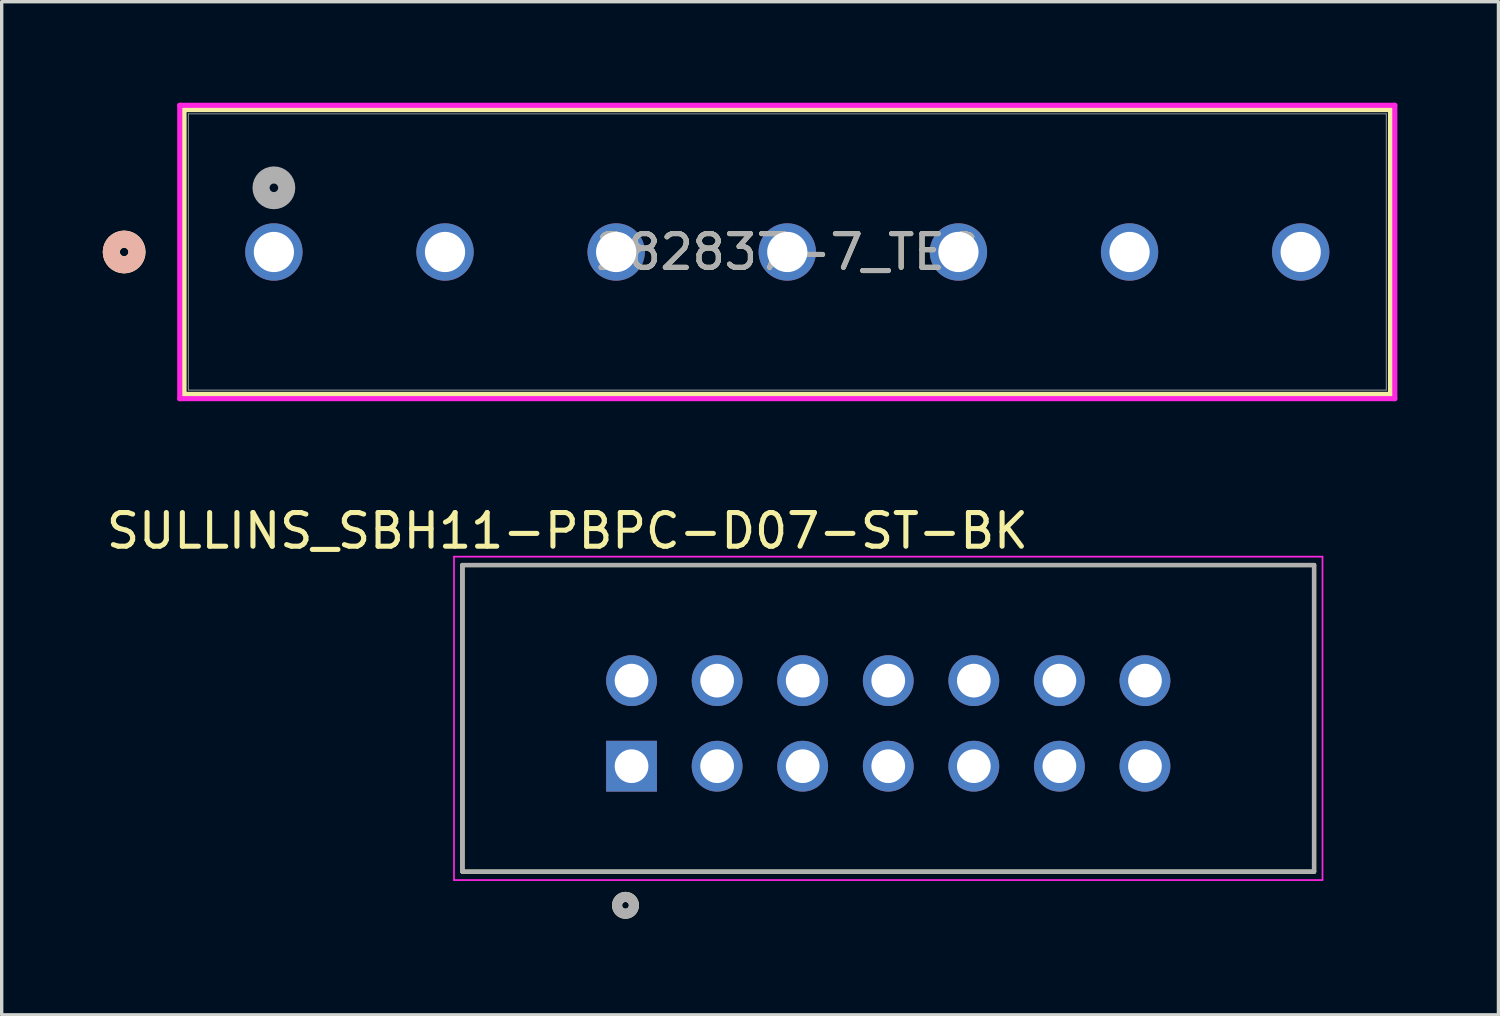
<source format=kicad_pcb>
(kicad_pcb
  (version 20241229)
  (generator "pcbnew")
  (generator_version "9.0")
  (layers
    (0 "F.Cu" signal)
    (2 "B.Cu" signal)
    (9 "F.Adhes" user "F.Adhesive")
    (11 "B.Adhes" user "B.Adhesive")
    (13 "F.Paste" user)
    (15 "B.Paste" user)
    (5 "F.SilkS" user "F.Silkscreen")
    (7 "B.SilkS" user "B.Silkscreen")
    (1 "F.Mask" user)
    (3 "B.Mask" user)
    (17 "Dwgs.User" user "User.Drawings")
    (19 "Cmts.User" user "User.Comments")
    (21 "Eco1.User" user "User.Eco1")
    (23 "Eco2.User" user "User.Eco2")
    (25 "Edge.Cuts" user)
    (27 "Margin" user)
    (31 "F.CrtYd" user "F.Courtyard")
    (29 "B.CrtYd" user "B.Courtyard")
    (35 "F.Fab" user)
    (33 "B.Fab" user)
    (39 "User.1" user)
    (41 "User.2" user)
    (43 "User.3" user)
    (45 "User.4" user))
  (footprint "SULLINS_SBH11-PBPC-D07-ST-BK"
    (layer "F.Cu")
    (at 23.317 18.424)
    (property "Reference" "SULLINS_SBH11-PBPC-D07-ST-BK" (at -9.525 -5.715 0) (layer "F.SilkS") (effects (font (size 1 1) (thickness 0.15))))
    (attr through_hole)
    (fp_line (start -12.64 -4.7) (end 12.64 -4.7) (stroke (width 0.127) (type solid)) (layer "F.SilkS"))
    (fp_line (start -12.64 4.4) (end -12.64 -4.7) (stroke (width 0.127) (type solid)) (layer "F.SilkS"))
    (fp_line (start 12.64 -4.7) (end 12.64 4.4) (stroke (width 0.127) (type solid)) (layer "F.SilkS"))
    (fp_line (start 12.64 4.4) (end -12.64 4.4) (stroke (width 0.127) (type solid)) (layer "F.SilkS"))
    (fp_circle (center -7.8 5.4) (end -7.7 5.4) (stroke (width 0.3) (type solid)) (fill no) (layer "F.SilkS"))
    (fp_line (start -12.89 -4.95) (end 12.89 -4.95) (stroke (width 0.05) (type solid)) (layer "F.CrtYd"))
    (fp_line (start -12.89 4.65) (end -12.89 -4.95) (stroke (width 0.05) (type solid)) (layer "F.CrtYd"))
    (fp_line (start 12.89 -4.95) (end 12.89 4.65) (stroke (width 0.05) (type solid)) (layer "F.CrtYd"))
    (fp_line (start 12.89 4.65) (end -12.89 4.65) (stroke (width 0.05) (type solid)) (layer "F.CrtYd"))
    (fp_line (start -12.64 -4.7) (end 12.64 -4.7) (stroke (width 0.127) (type solid)) (layer "F.Fab"))
    (fp_line (start -12.64 4.4) (end -12.64 -4.7) (stroke (width 0.127) (type solid)) (layer "F.Fab"))
    (fp_line (start 12.64 -4.7) (end 12.64 4.4) (stroke (width 0.127) (type solid)) (layer "F.Fab"))
    (fp_line (start 12.64 4.4) (end -12.64 4.4) (stroke (width 0.127) (type solid)) (layer "F.Fab"))
    (fp_circle (center -7.8 5.4) (end -7.7 5.4) (stroke (width 0.3) (type solid)) (fill no) (layer "F.Fab"))
    (pad "1" thru_hole rect (at -7.62 1.27) (size 1.508 1.508) (drill 1) (layers "*.Cu" "*.Mask"))
    (pad "2" thru_hole circle (at -7.62 -1.27) (size 1.508 1.508) (drill 1) (layers "*.Cu" "*.Mask"))
    (pad "3" thru_hole circle (at -5.08 1.27) (size 1.508 1.508) (drill 1) (layers "*.Cu" "*.Mask"))
    (pad "4" thru_hole circle (at -5.08 -1.27) (size 1.508 1.508) (drill 1) (layers "*.Cu" "*.Mask"))
    (pad "5" thru_hole circle (at -2.54 1.27) (size 1.508 1.508) (drill 1) (layers "*.Cu" "*.Mask"))
    (pad "6" thru_hole circle (at -2.54 -1.27) (size 1.508 1.508) (drill 1) (layers "*.Cu" "*.Mask"))
    (pad "7" thru_hole circle (at 0 1.27) (size 1.508 1.508) (drill 1) (layers "*.Cu" "*.Mask"))
    (pad "8" thru_hole circle (at 0 -1.27) (size 1.508 1.508) (drill 1) (layers "*.Cu" "*.Mask"))
    (pad "9" thru_hole circle (at 2.54 1.27) (size 1.508 1.508) (drill 1) (layers "*.Cu" "*.Mask"))
    (pad "10" thru_hole circle (at 2.54 -1.27) (size 1.508 1.508) (drill 1) (layers "*.Cu" "*.Mask"))
    (pad "11" thru_hole circle (at 5.08 1.27) (size 1.508 1.508) (drill 1) (layers "*.Cu" "*.Mask"))
    (pad "12" thru_hole circle (at 5.08 -1.27) (size 1.508 1.508) (drill 1) (layers "*.Cu" "*.Mask"))
    (pad "13" thru_hole circle (at 7.62 1.27) (size 1.508 1.508) (drill 1) (layers "*.Cu" "*.Mask"))
    (pad "14" thru_hole circle (at 7.62 -1.27) (size 1.508 1.508) (drill 1) (layers "*.Cu" "*.Mask")))
  (footprint "282837-7_TEC"
    (layer "F.Cu")
    (at 5.08 4.43)
    (property "Reference" "282837-7_TEC" (at 15.24 0 0) (unlocked yes) (layer "F.SilkS") (effects (font (size 1 1) (thickness 0.15))))
    (attr through_hole)
    (fp_line (start -2.667 -4.227) (end -2.667 4.227) (stroke (width 0.152) (type solid)) (layer "F.SilkS"))
    (fp_line (start -2.667 4.227) (end 33.147 4.227) (stroke (width 0.152) (type solid)) (layer "F.SilkS"))
    (fp_line (start 33.147 -4.227) (end -2.667 -4.227) (stroke (width 0.152) (type solid)) (layer "F.SilkS"))
    (fp_line (start 33.147 4.227) (end 33.147 -4.227) (stroke (width 0.152) (type solid)) (layer "F.SilkS"))
    (fp_circle (center -4.445 0) (end -4.064 0) (stroke (width 0.508) (type solid)) (fill no) (layer "F.SilkS"))
    (fp_circle (center -4.445 0) (end -4.064 0) (stroke (width 0.508) (type solid)) (fill no) (layer "B.SilkS"))
    (fp_line (start -2.794 -4.354) (end -2.794 4.354) (stroke (width 0.152) (type solid)) (layer "F.CrtYd"))
    (fp_line (start -2.794 4.354) (end 33.274 4.354) (stroke (width 0.152) (type solid)) (layer "F.CrtYd"))
    (fp_line (start 33.274 -4.354) (end -2.794 -4.354) (stroke (width 0.152) (type solid)) (layer "F.CrtYd"))
    (fp_line (start 33.274 4.354) (end 33.274 -4.354) (stroke (width 0.152) (type solid)) (layer "F.CrtYd"))
    (fp_line (start -2.54 -4.1) (end -2.54 4.1) (stroke (width 0.025) (type solid)) (layer "F.Fab"))
    (fp_line (start -2.54 4.1) (end 33.02 4.1) (stroke (width 0.025) (type solid)) (layer "F.Fab"))
    (fp_line (start 33.02 -4.1) (end -2.54 -4.1) (stroke (width 0.025) (type solid)) (layer "F.Fab"))
    (fp_line (start 33.02 4.1) (end 33.02 -4.1) (stroke (width 0.025) (type solid)) (layer "F.Fab"))
    (fp_circle (center 0 -1.905) (end 0.381 -1.905) (stroke (width 0.508) (type solid)) (fill no) (layer "F.Fab"))
    (fp_text user "${REFERENCE}" (at 15.24 0 0) (unlocked yes) (layer "F.Fab") (effects (font (size 1 1) (thickness 0.15))))
    (pad "1" thru_hole circle (at 0 0) (size 1.702 1.702) (drill 1.194) (layers "*.Cu" "*.Mask"))
    (pad "2" thru_hole circle (at 5.08 0) (size 1.702 1.702) (drill 1.194) (layers "*.Cu" "*.Mask"))
    (pad "3" thru_hole circle (at 10.16 0) (size 1.702 1.702) (drill 1.194) (layers "*.Cu" "*.Mask"))
    (pad "4" thru_hole circle (at 15.24 0) (size 1.702 1.702) (drill 1.194) (layers "*.Cu" "*.Mask"))
    (pad "5" thru_hole circle (at 20.32 0) (size 1.702 1.702) (drill 1.194) (layers "*.Cu" "*.Mask"))
    (pad "6" thru_hole circle (at 25.4 0) (size 1.702 1.702) (drill 1.194) (layers "*.Cu" "*.Mask"))
    (pad "7" thru_hole circle (at 30.48 0) (size 1.702 1.702) (drill 1.194) (layers "*.Cu" "*.Mask")))
  (gr_rect
    (start -3 -3)
    (end 41.43 27.074)
    (stroke (width 0.1) (type default))
    (fill no)
    (layer "Edge.Cuts")))
</source>
